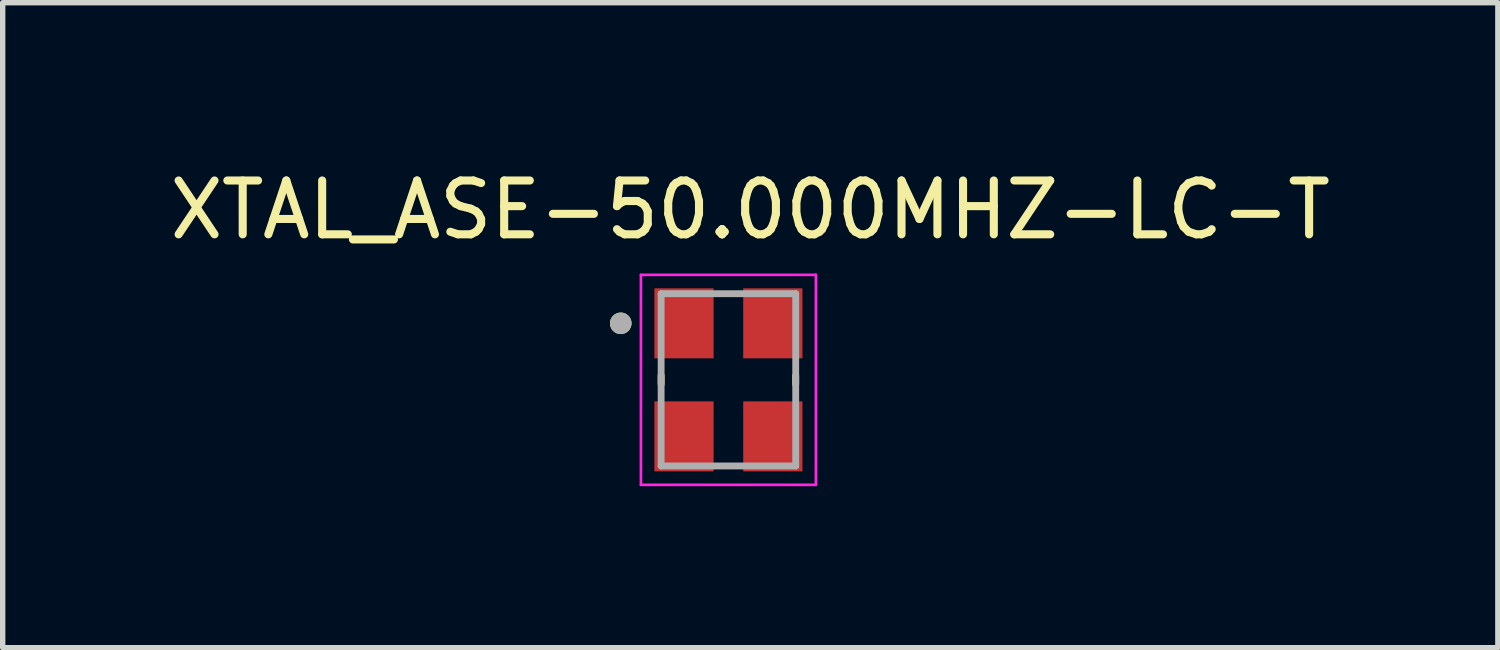
<source format=kicad_pcb>
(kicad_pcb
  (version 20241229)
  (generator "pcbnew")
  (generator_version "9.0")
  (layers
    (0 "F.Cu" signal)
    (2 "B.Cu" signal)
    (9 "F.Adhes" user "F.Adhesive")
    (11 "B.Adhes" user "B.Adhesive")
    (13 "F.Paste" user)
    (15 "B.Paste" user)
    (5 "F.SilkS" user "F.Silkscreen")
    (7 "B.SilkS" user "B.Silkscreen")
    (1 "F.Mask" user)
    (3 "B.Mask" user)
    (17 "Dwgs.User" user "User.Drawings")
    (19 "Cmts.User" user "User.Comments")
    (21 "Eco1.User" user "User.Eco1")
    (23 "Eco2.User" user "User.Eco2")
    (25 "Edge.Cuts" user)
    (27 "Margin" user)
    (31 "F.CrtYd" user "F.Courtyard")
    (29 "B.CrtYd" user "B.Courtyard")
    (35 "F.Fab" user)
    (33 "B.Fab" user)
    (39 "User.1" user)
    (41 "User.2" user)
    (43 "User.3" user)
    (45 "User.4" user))
  (footprint "XTAL_ASE-50.000MHZ-LC-T"
    (layer "F.Cu")
    (at 10.481 4.006)
    (property "Reference" "XTAL_ASE-50.000MHZ-LC-T" (at 0.406 -3.158 0) (layer "F.SilkS") (effects (font (size 1 1) (thickness 0.15))))
    (attr smd)
    (fp_line (start -1.25 -0.08) (end -1.25 0.08) (stroke (width 0.127) (type solid)) (layer "F.SilkS"))
    (fp_line (start 1.25 0.08) (end 1.25 -0.08) (stroke (width 0.127) (type solid)) (layer "F.SilkS"))
    (fp_circle (center -2 -1.05) (end -1.9 -1.05) (stroke (width 0.2) (type solid)) (fill no) (layer "F.SilkS"))
    (fp_line (start -1.625 -1.95) (end 1.625 -1.95) (stroke (width 0.05) (type solid)) (layer "F.CrtYd"))
    (fp_line (start -1.625 1.95) (end -1.625 -1.95) (stroke (width 0.05) (type solid)) (layer "F.CrtYd"))
    (fp_line (start 1.625 -1.95) (end 1.625 1.95) (stroke (width 0.05) (type solid)) (layer "F.CrtYd"))
    (fp_line (start 1.625 1.95) (end -1.625 1.95) (stroke (width 0.05) (type solid)) (layer "F.CrtYd"))
    (fp_line (start -1.25 -1.6) (end 1.25 -1.6) (stroke (width 0.127) (type solid)) (layer "F.Fab"))
    (fp_line (start -1.25 1.6) (end -1.25 -1.6) (stroke (width 0.127) (type solid)) (layer "F.Fab"))
    (fp_line (start 1.25 -1.6) (end 1.25 1.6) (stroke (width 0.127) (type solid)) (layer "F.Fab"))
    (fp_line (start 1.25 1.6) (end -1.25 1.6) (stroke (width 0.127) (type solid)) (layer "F.Fab"))
    (fp_circle (center -2 -1.05) (end -1.9 -1.05) (stroke (width 0.2) (type solid)) (fill no) (layer "F.Fab"))
    (pad "1" smd rect (at -0.825 -1.05) (size 1.1 1.3) (layers "F.Cu" "F.Mask" "F.Paste"))
    (pad "2" smd rect (at -0.825 1.05) (size 1.1 1.3) (layers "F.Cu" "F.Mask" "F.Paste"))
    (pad "3" smd rect (at 0.825 1.05) (size 1.1 1.3) (layers "F.Cu" "F.Mask" "F.Paste"))
    (pad "4" smd rect (at 0.825 -1.05) (size 1.1 1.3) (layers "F.Cu" "F.Mask" "F.Paste")))
  (gr_rect
    (start -3 -3)
    (end 24.774 8.981)
    (stroke (width 0.1) (type default))
    (fill no)
    (layer "Edge.Cuts")))
</source>
